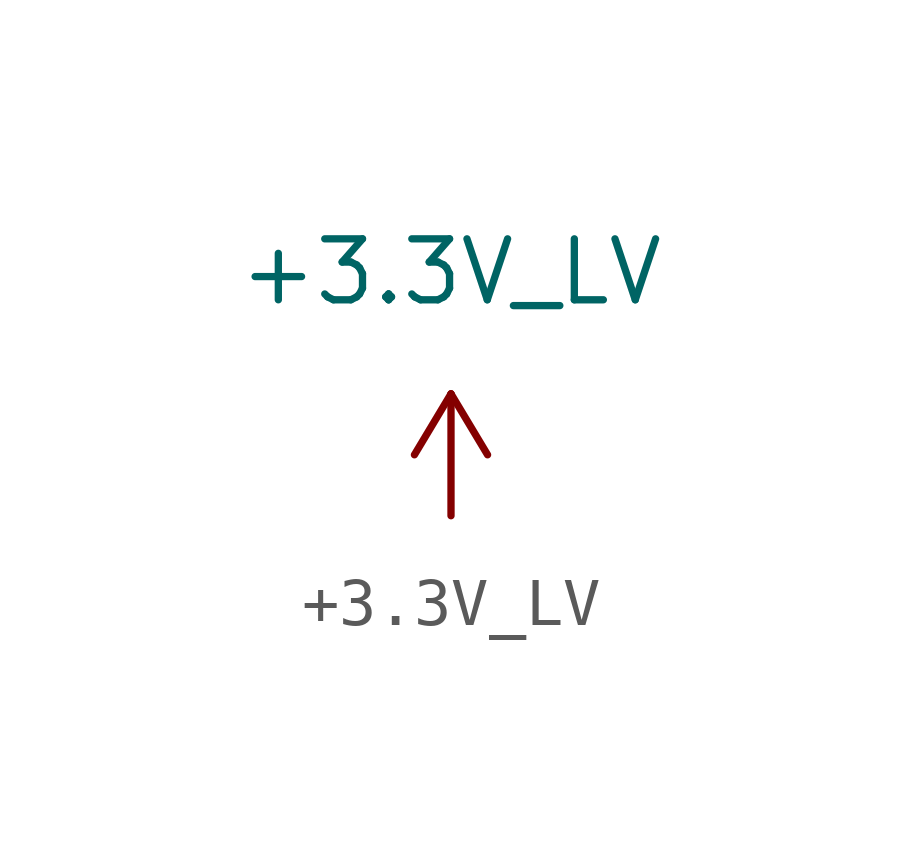
<source format=kicad_sym>
(kicad_symbol_lib
  (version 20211014)
  (generator kicad_symbol_editor)
  (symbol "+3.3V_LV"
    (power)
    (pin_numbers hide)
    (pin_names
      (offset 0))
    (property "Reference" "#PWR"
      (at 1.27 0 90)
      (effects (font (size 1.27 1.27)) hide))
    (property "Value" "+3.3V_LV"
      (at 0 5.08 0)
      (effects (font (size 1.27 1.27))))
    (symbol "+3.3V_LV_1_1"
      (polyline (pts (xy -0.762 1.27) (xy 0 2.54)) (stroke (width 0) (type default) (color 0 0 0 0)) (fill (type none)))
      (polyline (pts (xy 0 0) (xy 0 2.54)) (stroke (width 0) (type default) (color 0 0 0 0)) (fill (type none)))
      (polyline (pts (xy 0 2.54) (xy 0.762 1.27)) (stroke (width 0) (type default) (color 0 0 0 0)) (fill (type none)))
      (pin power_in line (at 0 0 90) (length 0) hide (name "+3.3V_LV" (effects (font (size 1.27 1.27)))) (number "1" (effects (font (size 1.27 1.27))))))))
</source>
